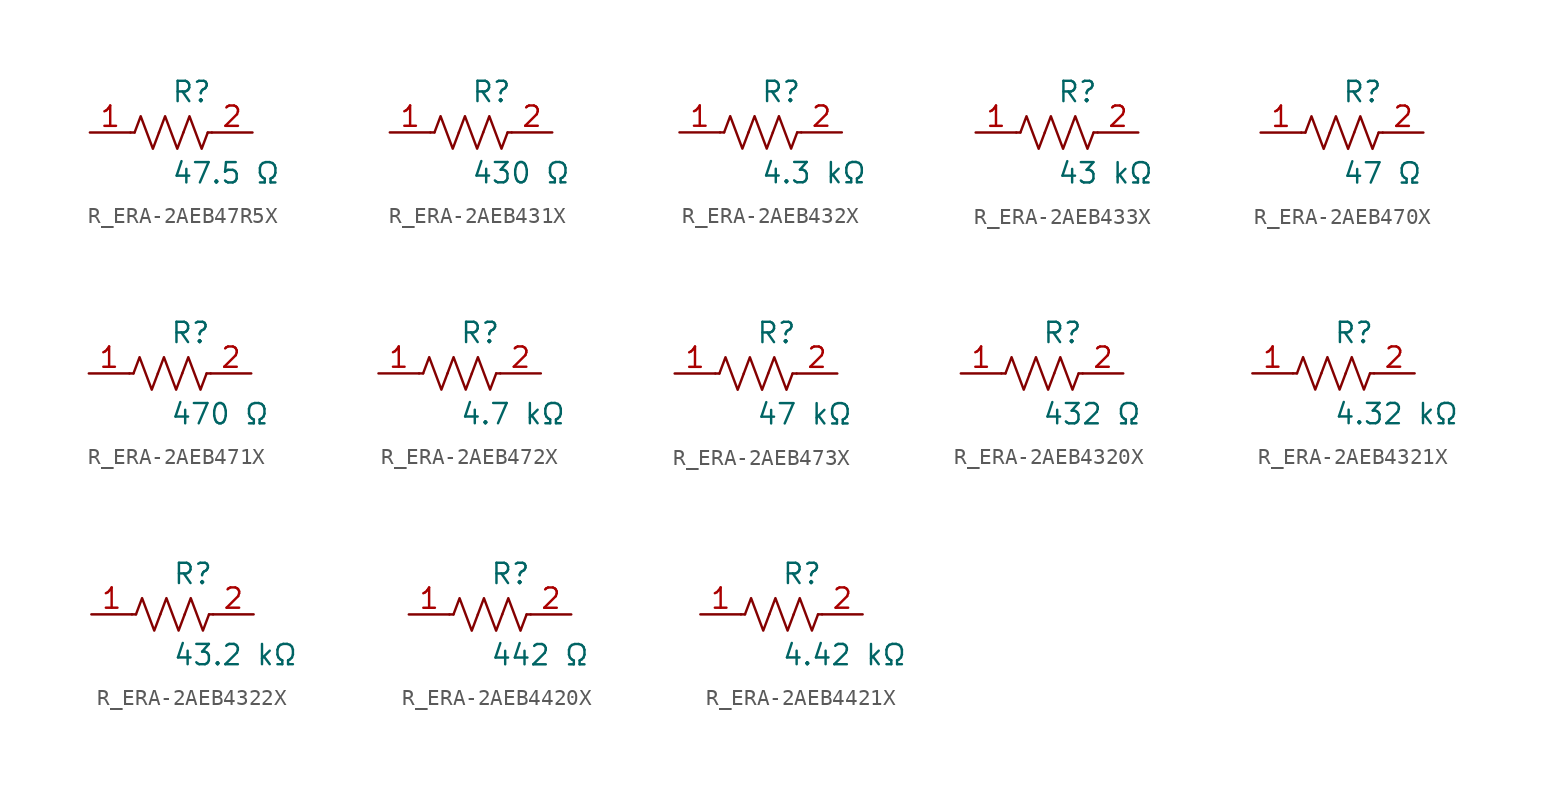
<source format=kicad_sym>
(kicad_symbol_lib
  (version 20231120)
  (generator kicad_symbol_editor)
  (generator_version 8.0)
  (symbol "R_ERA-2AEB47R5X"
    (pin_names
      (offset 0.254))
    (property "Reference" "R"
      (at 0.0 2.54 0)
      (effects (font (size 1.27 1.27)) (justify left)))
    (property "Value" "47.5 Ω"
      (at 0.0 -2.54 0)
      (effects (font (size 1.27 1.27)) (justify left)))
    (symbol "R_ERA-2AEB47R5X_0_1"
      (polyline (pts (xy 2.286 0) (xy 2.54 0)) (stroke (width 0) (type default)) (fill (type none)))
      (polyline (pts (xy -2.286 0) (xy -2.54 0)) (stroke (width 0) (type default)) (fill (type none)))
      (polyline (pts (xy 0.762 0) (xy 1.143 1.016) (xy 1.524 0) (xy 1.905 -1.016) (xy 2.286 0)) (stroke (width 0) (type default)) (fill (type none)))
      (polyline (pts (xy -0.762 0) (xy -0.381 1.016) (xy 0 0) (xy 0.381 -1.016) (xy 0.762 0)) (stroke (width 0) (type default)) (fill (type none)))
      (polyline (pts (xy -2.286 0) (xy -1.905 1.016) (xy -1.524 0) (xy -1.143 -1.016) (xy -0.762 0)) (stroke (width 0) (type default)) (fill (type none))))
    (pin unspecified line
      (at -5.08 0 0)
      (length 2.54)
      (name "" (effects (font (size 1.27 1.27))))
      (number "1" (effects (font (size 1.27 1.27)))))
    (pin unspecified line
      (at 5.08 0 180)
      (length 2.54)
      (name "" (effects (font (size 1.27 1.27))))
      (number "2" (effects (font (size 1.27 1.27))))))
  (symbol "R_ERA-2AEB431X"
    (pin_names
      (offset 0.254))
    (property "Reference" "R"
      (at 0.0 2.54 0)
      (effects (font (size 1.27 1.27)) (justify left)))
    (property "Value" "430 Ω"
      (at 0.0 -2.54 0)
      (effects (font (size 1.27 1.27)) (justify left)))
    (symbol "R_ERA-2AEB431X_0_1"
      (polyline (pts (xy 2.286 0) (xy 2.54 0)) (stroke (width 0) (type default)) (fill (type none)))
      (polyline (pts (xy -2.286 0) (xy -2.54 0)) (stroke (width 0) (type default)) (fill (type none)))
      (polyline (pts (xy 0.762 0) (xy 1.143 1.016) (xy 1.524 0) (xy 1.905 -1.016) (xy 2.286 0)) (stroke (width 0) (type default)) (fill (type none)))
      (polyline (pts (xy -0.762 0) (xy -0.381 1.016) (xy 0 0) (xy 0.381 -1.016) (xy 0.762 0)) (stroke (width 0) (type default)) (fill (type none)))
      (polyline (pts (xy -2.286 0) (xy -1.905 1.016) (xy -1.524 0) (xy -1.143 -1.016) (xy -0.762 0)) (stroke (width 0) (type default)) (fill (type none))))
    (pin unspecified line
      (at -5.08 0 0)
      (length 2.54)
      (name "" (effects (font (size 1.27 1.27))))
      (number "1" (effects (font (size 1.27 1.27)))))
    (pin unspecified line
      (at 5.08 0 180)
      (length 2.54)
      (name "" (effects (font (size 1.27 1.27))))
      (number "2" (effects (font (size 1.27 1.27))))))
  (symbol "R_ERA-2AEB432X"
    (pin_names
      (offset 0.254))
    (property "Reference" "R"
      (at 0.0 2.54 0)
      (effects (font (size 1.27 1.27)) (justify left)))
    (property "Value" "4.3 kΩ"
      (at 0.0 -2.54 0)
      (effects (font (size 1.27 1.27)) (justify left)))
    (symbol "R_ERA-2AEB432X_0_1"
      (polyline (pts (xy 2.286 0) (xy 2.54 0)) (stroke (width 0) (type default)) (fill (type none)))
      (polyline (pts (xy -2.286 0) (xy -2.54 0)) (stroke (width 0) (type default)) (fill (type none)))
      (polyline (pts (xy 0.762 0) (xy 1.143 1.016) (xy 1.524 0) (xy 1.905 -1.016) (xy 2.286 0)) (stroke (width 0) (type default)) (fill (type none)))
      (polyline (pts (xy -0.762 0) (xy -0.381 1.016) (xy 0 0) (xy 0.381 -1.016) (xy 0.762 0)) (stroke (width 0) (type default)) (fill (type none)))
      (polyline (pts (xy -2.286 0) (xy -1.905 1.016) (xy -1.524 0) (xy -1.143 -1.016) (xy -0.762 0)) (stroke (width 0) (type default)) (fill (type none))))
    (pin unspecified line
      (at -5.08 0 0)
      (length 2.54)
      (name "" (effects (font (size 1.27 1.27))))
      (number "1" (effects (font (size 1.27 1.27)))))
    (pin unspecified line
      (at 5.08 0 180)
      (length 2.54)
      (name "" (effects (font (size 1.27 1.27))))
      (number "2" (effects (font (size 1.27 1.27))))))
  (symbol "R_ERA-2AEB433X"
    (pin_names
      (offset 0.254))
    (property "Reference" "R"
      (at 0.0 2.54 0)
      (effects (font (size 1.27 1.27)) (justify left)))
    (property "Value" "43 kΩ"
      (at 0.0 -2.54 0)
      (effects (font (size 1.27 1.27)) (justify left)))
    (symbol "R_ERA-2AEB433X_0_1"
      (polyline (pts (xy 2.286 0) (xy 2.54 0)) (stroke (width 0) (type default)) (fill (type none)))
      (polyline (pts (xy -2.286 0) (xy -2.54 0)) (stroke (width 0) (type default)) (fill (type none)))
      (polyline (pts (xy 0.762 0) (xy 1.143 1.016) (xy 1.524 0) (xy 1.905 -1.016) (xy 2.286 0)) (stroke (width 0) (type default)) (fill (type none)))
      (polyline (pts (xy -0.762 0) (xy -0.381 1.016) (xy 0 0) (xy 0.381 -1.016) (xy 0.762 0)) (stroke (width 0) (type default)) (fill (type none)))
      (polyline (pts (xy -2.286 0) (xy -1.905 1.016) (xy -1.524 0) (xy -1.143 -1.016) (xy -0.762 0)) (stroke (width 0) (type default)) (fill (type none))))
    (pin unspecified line
      (at -5.08 0 0)
      (length 2.54)
      (name "" (effects (font (size 1.27 1.27))))
      (number "1" (effects (font (size 1.27 1.27)))))
    (pin unspecified line
      (at 5.08 0 180)
      (length 2.54)
      (name "" (effects (font (size 1.27 1.27))))
      (number "2" (effects (font (size 1.27 1.27))))))
  (symbol "R_ERA-2AEB470X"
    (pin_names
      (offset 0.254))
    (property "Reference" "R"
      (at 0.0 2.54 0)
      (effects (font (size 1.27 1.27)) (justify left)))
    (property "Value" "47 Ω"
      (at 0.0 -2.54 0)
      (effects (font (size 1.27 1.27)) (justify left)))
    (symbol "R_ERA-2AEB470X_0_1"
      (polyline (pts (xy 2.286 0) (xy 2.54 0)) (stroke (width 0) (type default)) (fill (type none)))
      (polyline (pts (xy -2.286 0) (xy -2.54 0)) (stroke (width 0) (type default)) (fill (type none)))
      (polyline (pts (xy 0.762 0) (xy 1.143 1.016) (xy 1.524 0) (xy 1.905 -1.016) (xy 2.286 0)) (stroke (width 0) (type default)) (fill (type none)))
      (polyline (pts (xy -0.762 0) (xy -0.381 1.016) (xy 0 0) (xy 0.381 -1.016) (xy 0.762 0)) (stroke (width 0) (type default)) (fill (type none)))
      (polyline (pts (xy -2.286 0) (xy -1.905 1.016) (xy -1.524 0) (xy -1.143 -1.016) (xy -0.762 0)) (stroke (width 0) (type default)) (fill (type none))))
    (pin unspecified line
      (at -5.08 0 0)
      (length 2.54)
      (name "" (effects (font (size 1.27 1.27))))
      (number "1" (effects (font (size 1.27 1.27)))))
    (pin unspecified line
      (at 5.08 0 180)
      (length 2.54)
      (name "" (effects (font (size 1.27 1.27))))
      (number "2" (effects (font (size 1.27 1.27))))))
  (symbol "R_ERA-2AEB471X"
    (pin_names
      (offset 0.254))
    (property "Reference" "R"
      (at 0.0 2.54 0)
      (effects (font (size 1.27 1.27)) (justify left)))
    (property "Value" "470 Ω"
      (at 0.0 -2.54 0)
      (effects (font (size 1.27 1.27)) (justify left)))
    (symbol "R_ERA-2AEB471X_0_1"
      (polyline (pts (xy 2.286 0) (xy 2.54 0)) (stroke (width 0) (type default)) (fill (type none)))
      (polyline (pts (xy -2.286 0) (xy -2.54 0)) (stroke (width 0) (type default)) (fill (type none)))
      (polyline (pts (xy 0.762 0) (xy 1.143 1.016) (xy 1.524 0) (xy 1.905 -1.016) (xy 2.286 0)) (stroke (width 0) (type default)) (fill (type none)))
      (polyline (pts (xy -0.762 0) (xy -0.381 1.016) (xy 0 0) (xy 0.381 -1.016) (xy 0.762 0)) (stroke (width 0) (type default)) (fill (type none)))
      (polyline (pts (xy -2.286 0) (xy -1.905 1.016) (xy -1.524 0) (xy -1.143 -1.016) (xy -0.762 0)) (stroke (width 0) (type default)) (fill (type none))))
    (pin unspecified line
      (at -5.08 0 0)
      (length 2.54)
      (name "" (effects (font (size 1.27 1.27))))
      (number "1" (effects (font (size 1.27 1.27)))))
    (pin unspecified line
      (at 5.08 0 180)
      (length 2.54)
      (name "" (effects (font (size 1.27 1.27))))
      (number "2" (effects (font (size 1.27 1.27))))))
  (symbol "R_ERA-2AEB472X"
    (pin_names
      (offset 0.254))
    (property "Reference" "R"
      (at 0.0 2.54 0)
      (effects (font (size 1.27 1.27)) (justify left)))
    (property "Value" "4.7 kΩ"
      (at 0.0 -2.54 0)
      (effects (font (size 1.27 1.27)) (justify left)))
    (symbol "R_ERA-2AEB472X_0_1"
      (polyline (pts (xy 2.286 0) (xy 2.54 0)) (stroke (width 0) (type default)) (fill (type none)))
      (polyline (pts (xy -2.286 0) (xy -2.54 0)) (stroke (width 0) (type default)) (fill (type none)))
      (polyline (pts (xy 0.762 0) (xy 1.143 1.016) (xy 1.524 0) (xy 1.905 -1.016) (xy 2.286 0)) (stroke (width 0) (type default)) (fill (type none)))
      (polyline (pts (xy -0.762 0) (xy -0.381 1.016) (xy 0 0) (xy 0.381 -1.016) (xy 0.762 0)) (stroke (width 0) (type default)) (fill (type none)))
      (polyline (pts (xy -2.286 0) (xy -1.905 1.016) (xy -1.524 0) (xy -1.143 -1.016) (xy -0.762 0)) (stroke (width 0) (type default)) (fill (type none))))
    (pin unspecified line
      (at -5.08 0 0)
      (length 2.54)
      (name "" (effects (font (size 1.27 1.27))))
      (number "1" (effects (font (size 1.27 1.27)))))
    (pin unspecified line
      (at 5.08 0 180)
      (length 2.54)
      (name "" (effects (font (size 1.27 1.27))))
      (number "2" (effects (font (size 1.27 1.27))))))
  (symbol "R_ERA-2AEB473X"
    (pin_names
      (offset 0.254))
    (property "Reference" "R"
      (at 0.0 2.54 0)
      (effects (font (size 1.27 1.27)) (justify left)))
    (property "Value" "47 kΩ"
      (at 0.0 -2.54 0)
      (effects (font (size 1.27 1.27)) (justify left)))
    (symbol "R_ERA-2AEB473X_0_1"
      (polyline (pts (xy 2.286 0) (xy 2.54 0)) (stroke (width 0) (type default)) (fill (type none)))
      (polyline (pts (xy -2.286 0) (xy -2.54 0)) (stroke (width 0) (type default)) (fill (type none)))
      (polyline (pts (xy 0.762 0) (xy 1.143 1.016) (xy 1.524 0) (xy 1.905 -1.016) (xy 2.286 0)) (stroke (width 0) (type default)) (fill (type none)))
      (polyline (pts (xy -0.762 0) (xy -0.381 1.016) (xy 0 0) (xy 0.381 -1.016) (xy 0.762 0)) (stroke (width 0) (type default)) (fill (type none)))
      (polyline (pts (xy -2.286 0) (xy -1.905 1.016) (xy -1.524 0) (xy -1.143 -1.016) (xy -0.762 0)) (stroke (width 0) (type default)) (fill (type none))))
    (pin unspecified line
      (at -5.08 0 0)
      (length 2.54)
      (name "" (effects (font (size 1.27 1.27))))
      (number "1" (effects (font (size 1.27 1.27)))))
    (pin unspecified line
      (at 5.08 0 180)
      (length 2.54)
      (name "" (effects (font (size 1.27 1.27))))
      (number "2" (effects (font (size 1.27 1.27))))))
  (symbol "R_ERA-2AEB4320X"
    (pin_names
      (offset 0.254))
    (property "Reference" "R"
      (at 0.0 2.54 0)
      (effects (font (size 1.27 1.27)) (justify left)))
    (property "Value" "432 Ω"
      (at 0.0 -2.54 0)
      (effects (font (size 1.27 1.27)) (justify left)))
    (symbol "R_ERA-2AEB4320X_0_1"
      (polyline (pts (xy 2.286 0) (xy 2.54 0)) (stroke (width 0) (type default)) (fill (type none)))
      (polyline (pts (xy -2.286 0) (xy -2.54 0)) (stroke (width 0) (type default)) (fill (type none)))
      (polyline (pts (xy 0.762 0) (xy 1.143 1.016) (xy 1.524 0) (xy 1.905 -1.016) (xy 2.286 0)) (stroke (width 0) (type default)) (fill (type none)))
      (polyline (pts (xy -0.762 0) (xy -0.381 1.016) (xy 0 0) (xy 0.381 -1.016) (xy 0.762 0)) (stroke (width 0) (type default)) (fill (type none)))
      (polyline (pts (xy -2.286 0) (xy -1.905 1.016) (xy -1.524 0) (xy -1.143 -1.016) (xy -0.762 0)) (stroke (width 0) (type default)) (fill (type none))))
    (pin unspecified line
      (at -5.08 0 0)
      (length 2.54)
      (name "" (effects (font (size 1.27 1.27))))
      (number "1" (effects (font (size 1.27 1.27)))))
    (pin unspecified line
      (at 5.08 0 180)
      (length 2.54)
      (name "" (effects (font (size 1.27 1.27))))
      (number "2" (effects (font (size 1.27 1.27))))))
  (symbol "R_ERA-2AEB4321X"
    (pin_names
      (offset 0.254))
    (property "Reference" "R"
      (at 0.0 2.54 0)
      (effects (font (size 1.27 1.27)) (justify left)))
    (property "Value" "4.32 kΩ"
      (at 0.0 -2.54 0)
      (effects (font (size 1.27 1.27)) (justify left)))
    (symbol "R_ERA-2AEB4321X_0_1"
      (polyline (pts (xy 2.286 0) (xy 2.54 0)) (stroke (width 0) (type default)) (fill (type none)))
      (polyline (pts (xy -2.286 0) (xy -2.54 0)) (stroke (width 0) (type default)) (fill (type none)))
      (polyline (pts (xy 0.762 0) (xy 1.143 1.016) (xy 1.524 0) (xy 1.905 -1.016) (xy 2.286 0)) (stroke (width 0) (type default)) (fill (type none)))
      (polyline (pts (xy -0.762 0) (xy -0.381 1.016) (xy 0 0) (xy 0.381 -1.016) (xy 0.762 0)) (stroke (width 0) (type default)) (fill (type none)))
      (polyline (pts (xy -2.286 0) (xy -1.905 1.016) (xy -1.524 0) (xy -1.143 -1.016) (xy -0.762 0)) (stroke (width 0) (type default)) (fill (type none))))
    (pin unspecified line
      (at -5.08 0 0)
      (length 2.54)
      (name "" (effects (font (size 1.27 1.27))))
      (number "1" (effects (font (size 1.27 1.27)))))
    (pin unspecified line
      (at 5.08 0 180)
      (length 2.54)
      (name "" (effects (font (size 1.27 1.27))))
      (number "2" (effects (font (size 1.27 1.27))))))
  (symbol "R_ERA-2AEB4322X"
    (pin_names
      (offset 0.254))
    (property "Reference" "R"
      (at 0.0 2.54 0)
      (effects (font (size 1.27 1.27)) (justify left)))
    (property "Value" "43.2 kΩ"
      (at 0.0 -2.54 0)
      (effects (font (size 1.27 1.27)) (justify left)))
    (symbol "R_ERA-2AEB4322X_0_1"
      (polyline (pts (xy 2.286 0) (xy 2.54 0)) (stroke (width 0) (type default)) (fill (type none)))
      (polyline (pts (xy -2.286 0) (xy -2.54 0)) (stroke (width 0) (type default)) (fill (type none)))
      (polyline (pts (xy 0.762 0) (xy 1.143 1.016) (xy 1.524 0) (xy 1.905 -1.016) (xy 2.286 0)) (stroke (width 0) (type default)) (fill (type none)))
      (polyline (pts (xy -0.762 0) (xy -0.381 1.016) (xy 0 0) (xy 0.381 -1.016) (xy 0.762 0)) (stroke (width 0) (type default)) (fill (type none)))
      (polyline (pts (xy -2.286 0) (xy -1.905 1.016) (xy -1.524 0) (xy -1.143 -1.016) (xy -0.762 0)) (stroke (width 0) (type default)) (fill (type none))))
    (pin unspecified line
      (at -5.08 0 0)
      (length 2.54)
      (name "" (effects (font (size 1.27 1.27))))
      (number "1" (effects (font (size 1.27 1.27)))))
    (pin unspecified line
      (at 5.08 0 180)
      (length 2.54)
      (name "" (effects (font (size 1.27 1.27))))
      (number "2" (effects (font (size 1.27 1.27))))))
  (symbol "R_ERA-2AEB4420X"
    (pin_names
      (offset 0.254))
    (property "Reference" "R"
      (at 0.0 2.54 0)
      (effects (font (size 1.27 1.27)) (justify left)))
    (property "Value" "442 Ω"
      (at 0.0 -2.54 0)
      (effects (font (size 1.27 1.27)) (justify left)))
    (symbol "R_ERA-2AEB4420X_0_1"
      (polyline (pts (xy 2.286 0) (xy 2.54 0)) (stroke (width 0) (type default)) (fill (type none)))
      (polyline (pts (xy -2.286 0) (xy -2.54 0)) (stroke (width 0) (type default)) (fill (type none)))
      (polyline (pts (xy 0.762 0) (xy 1.143 1.016) (xy 1.524 0) (xy 1.905 -1.016) (xy 2.286 0)) (stroke (width 0) (type default)) (fill (type none)))
      (polyline (pts (xy -0.762 0) (xy -0.381 1.016) (xy 0 0) (xy 0.381 -1.016) (xy 0.762 0)) (stroke (width 0) (type default)) (fill (type none)))
      (polyline (pts (xy -2.286 0) (xy -1.905 1.016) (xy -1.524 0) (xy -1.143 -1.016) (xy -0.762 0)) (stroke (width 0) (type default)) (fill (type none))))
    (pin unspecified line
      (at -5.08 0 0)
      (length 2.54)
      (name "" (effects (font (size 1.27 1.27))))
      (number "1" (effects (font (size 1.27 1.27)))))
    (pin unspecified line
      (at 5.08 0 180)
      (length 2.54)
      (name "" (effects (font (size 1.27 1.27))))
      (number "2" (effects (font (size 1.27 1.27))))))
  (symbol "R_ERA-2AEB4421X"
    (pin_names
      (offset 0.254))
    (property "Reference" "R"
      (at 0.0 2.54 0)
      (effects (font (size 1.27 1.27)) (justify left)))
    (property "Value" "4.42 kΩ"
      (at 0.0 -2.54 0)
      (effects (font (size 1.27 1.27)) (justify left)))
    (symbol "R_ERA-2AEB4421X_0_1"
      (polyline (pts (xy 2.286 0) (xy 2.54 0)) (stroke (width 0) (type default)) (fill (type none)))
      (polyline (pts (xy -2.286 0) (xy -2.54 0)) (stroke (width 0) (type default)) (fill (type none)))
      (polyline (pts (xy 0.762 0) (xy 1.143 1.016) (xy 1.524 0) (xy 1.905 -1.016) (xy 2.286 0)) (stroke (width 0) (type default)) (fill (type none)))
      (polyline (pts (xy -0.762 0) (xy -0.381 1.016) (xy 0 0) (xy 0.381 -1.016) (xy 0.762 0)) (stroke (width 0) (type default)) (fill (type none)))
      (polyline (pts (xy -2.286 0) (xy -1.905 1.016) (xy -1.524 0) (xy -1.143 -1.016) (xy -0.762 0)) (stroke (width 0) (type default)) (fill (type none))))
    (pin unspecified line
      (at -5.08 0 0)
      (length 2.54)
      (name "" (effects (font (size 1.27 1.27))))
      (number "1" (effects (font (size 1.27 1.27)))))
    (pin unspecified line
      (at 5.08 0 180)
      (length 2.54)
      (name "" (effects (font (size 1.27 1.27))))
      (number "2" (effects (font (size 1.27 1.27)))))))
</source>
